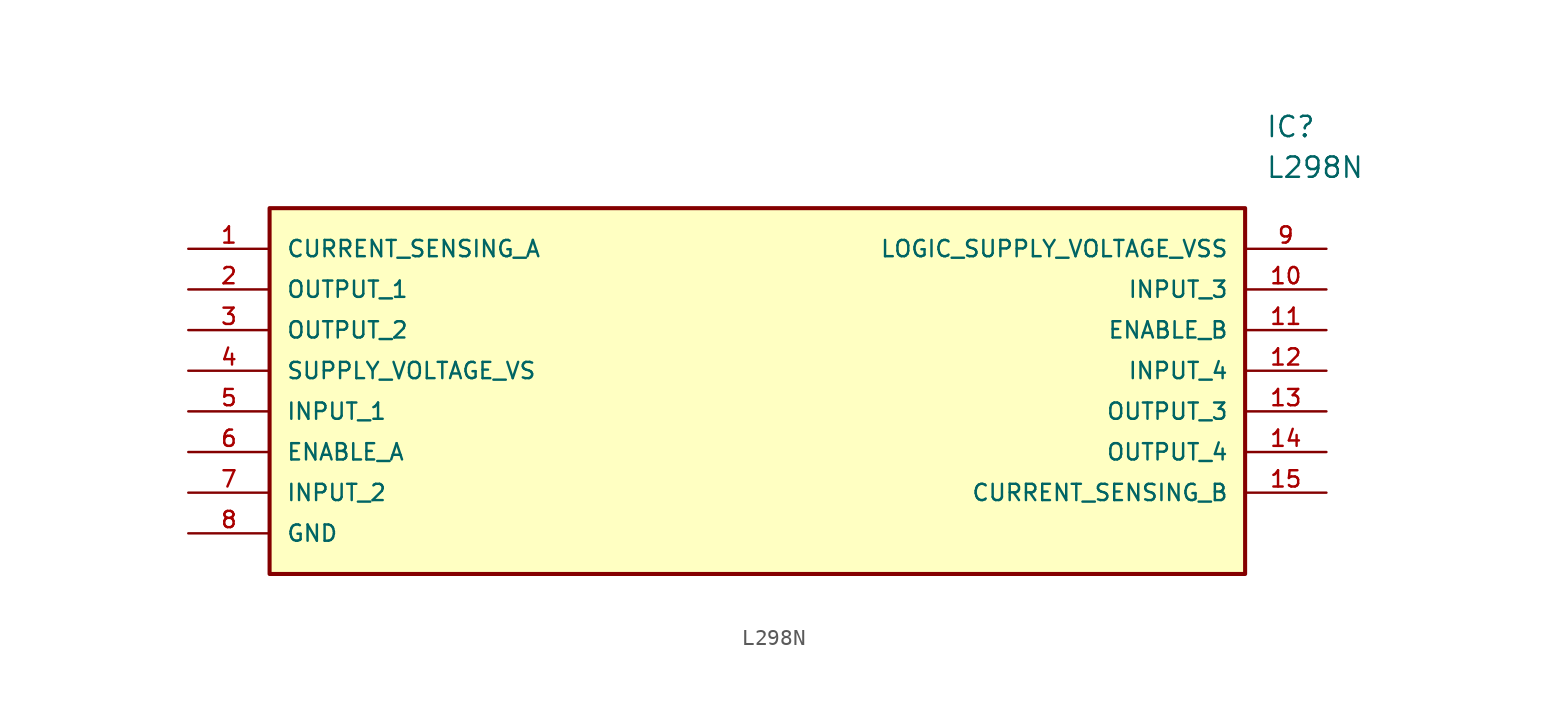
<source format=kicad_sym>
(kicad_symbol_lib
  (version 20211014)
  (generator kicad_symbol_editor)
  (symbol "L298N"
    (pin_names
      (offset 1.016))
    (property "Reference" "IC"
      (at 67.31 7.62 0)
      (effects (font (size 1.27 1.27)) (justify left)))
    (property "Value" "L298N"
      (at 67.31 5.08 0)
      (effects (font (size 1.27 1.27)) (justify left)))
    (symbol "L298N_0_0"
      (rectangle (start 5.08 -20.32) (end 66.04 2.54) (stroke (width 0.254)) (fill (type background)))
      (pin input line (at 0.0 0.0 0) (length 5.08) (name "CURRENT_SENSING_A" (effects (font (size 1.016 1.016)))) (number "1" (effects (font (size 1.016 1.016)))))
      (pin output line (at 0.0 -2.54 0) (length 5.08) (name "OUTPUT_1" (effects (font (size 1.016 1.016)))) (number "2" (effects (font (size 1.016 1.016)))))
      (pin output line (at 0.0 -5.08 0) (length 5.08) (name "OUTPUT_2" (effects (font (size 1.016 1.016)))) (number "3" (effects (font (size 1.016 1.016)))))
      (pin power_in line (at 0.0 -7.62 0) (length 5.08) (name "SUPPLY_VOLTAGE_VS" (effects (font (size 1.016 1.016)))) (number "4" (effects (font (size 1.016 1.016)))))
      (pin input line (at 0.0 -10.16 0) (length 5.08) (name "INPUT_1" (effects (font (size 1.016 1.016)))) (number "5" (effects (font (size 1.016 1.016)))))
      (pin input line (at 0.0 -12.7 0) (length 5.08) (name "ENABLE_A" (effects (font (size 1.016 1.016)))) (number "6" (effects (font (size 1.016 1.016)))))
      (pin input line (at 0.0 -15.24 0) (length 5.08) (name "INPUT_2" (effects (font (size 1.016 1.016)))) (number "7" (effects (font (size 1.016 1.016)))))
      (pin power_in line (at 0.0 -17.78 0) (length 5.08) (name "GND" (effects (font (size 1.016 1.016)))) (number "8" (effects (font (size 1.016 1.016)))))
      (pin power_in line (at 71.12 0.0 180.0) (length 5.08) (name "LOGIC_SUPPLY_VOLTAGE_VSS" (effects (font (size 1.016 1.016)))) (number "9" (effects (font (size 1.016 1.016)))))
      (pin input line (at 71.12 -2.54 180.0) (length 5.08) (name "INPUT_3" (effects (font (size 1.016 1.016)))) (number "10" (effects (font (size 1.016 1.016)))))
      (pin input line (at 71.12 -5.08 180.0) (length 5.08) (name "ENABLE_B" (effects (font (size 1.016 1.016)))) (number "11" (effects (font (size 1.016 1.016)))))
      (pin input line (at 71.12 -7.62 180.0) (length 5.08) (name "INPUT_4" (effects (font (size 1.016 1.016)))) (number "12" (effects (font (size 1.016 1.016)))))
      (pin output line (at 71.12 -10.16 180.0) (length 5.08) (name "OUTPUT_3" (effects (font (size 1.016 1.016)))) (number "13" (effects (font (size 1.016 1.016)))))
      (pin output line (at 71.12 -12.7 180.0) (length 5.08) (name "OUTPUT_4" (effects (font (size 1.016 1.016)))) (number "14" (effects (font (size 1.016 1.016)))))
      (pin input line (at 71.12 -15.24 180.0) (length 5.08) (name "CURRENT_SENSING_B" (effects (font (size 1.016 1.016)))) (number "15" (effects (font (size 1.016 1.016))))))))
</source>
